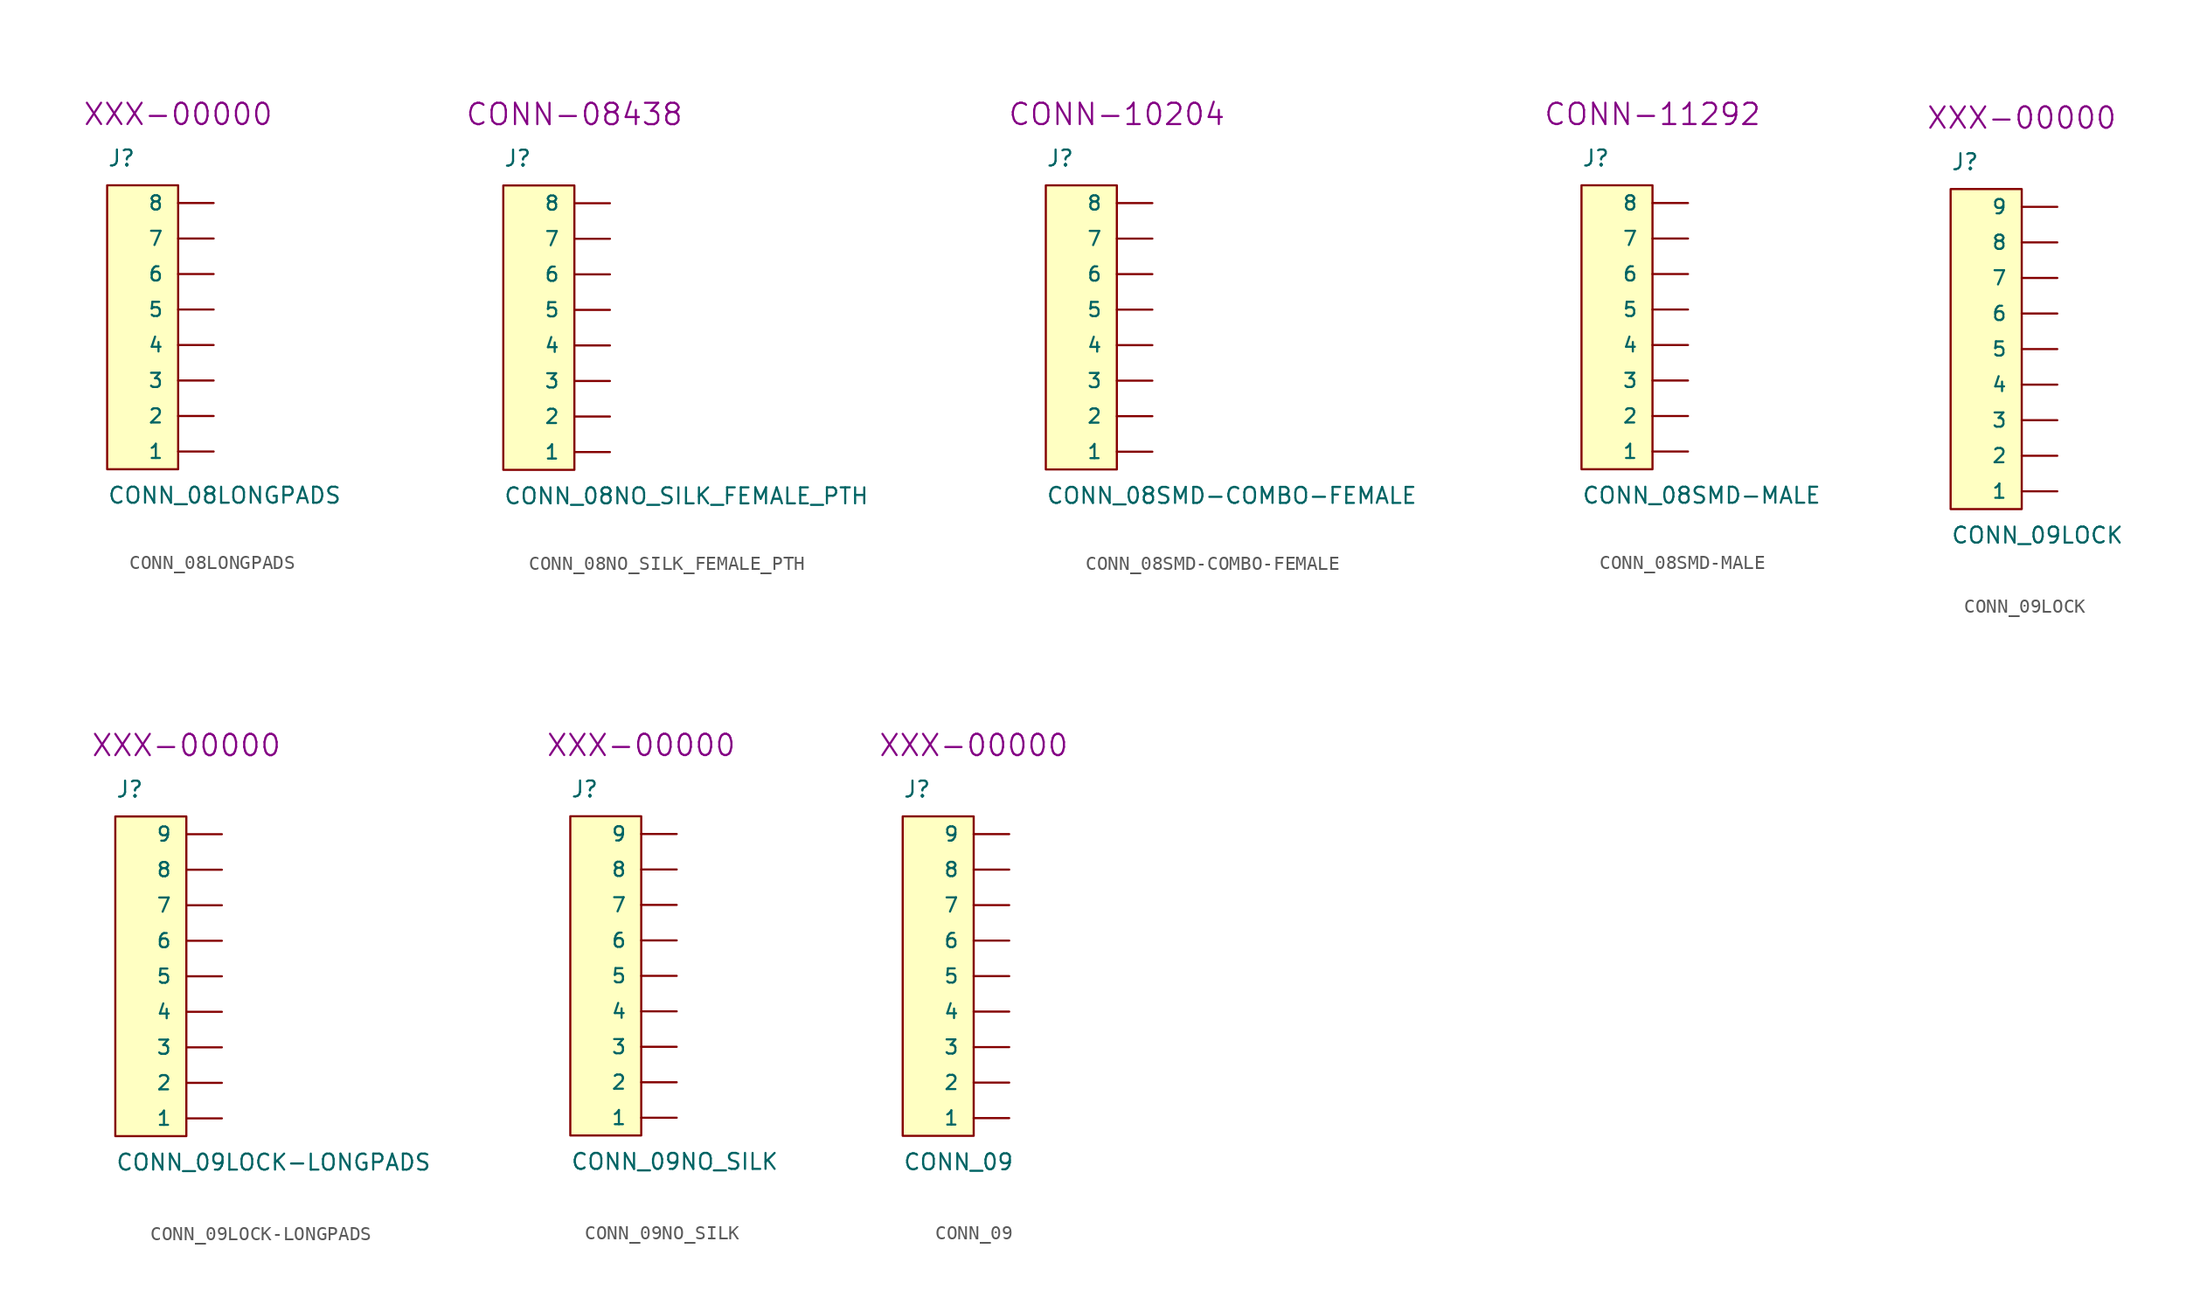
<source format=kicad_sym>
(kicad_symbol_lib
  (version 20220914)
  (generator kicad_symbol_editor)
  (symbol "CONN_08LONGPADS"
    (pin_numbers hide)
    (pin_names
      (offset 1.016))
    (property "Reference" "J"
      (at -5.08 20.32 0)
      (effects (font (size 1.143 1.143)) (justify left bottom)))
    (property "Value" "CONN_08LONGPADS"
      (at -5.08 -3.81 0)
      (effects (font (size 1.143 1.143)) (justify left bottom)))
    (property "Field4" "XXX-00000"
      (at 0 24.13 0)
      (effects (font (size 1.524 1.524))))
    (property "ki_locked" ""
      (at 0 0 0)
      (effects (font (size 1.27 1.27))))
    (symbol "CONN_08LONGPADS_0_1"
      (rectangle (start 0 -1.27) (end -5.08 19.05) (stroke (width 0) (type solid)) (fill (type background))))
    (symbol "CONN_08LONGPADS_1_1"
      (pin passive line (at 2.54 0 180) (length 2.54) (name "1" (effects (font (size 1.016 1.016)))) (number "1" (effects (font (size 1.016 1.016)))))
      (pin passive line (at 2.54 2.54 180) (length 2.54) (name "2" (effects (font (size 1.016 1.016)))) (number "2" (effects (font (size 1.016 1.016)))))
      (pin passive line (at 2.54 5.08 180) (length 2.54) (name "3" (effects (font (size 1.016 1.016)))) (number "3" (effects (font (size 1.016 1.016)))))
      (pin passive line (at 2.54 7.62 180) (length 2.54) (name "4" (effects (font (size 1.016 1.016)))) (number "4" (effects (font (size 1.016 1.016)))))
      (pin passive line (at 2.54 10.16 180) (length 2.54) (name "5" (effects (font (size 1.016 1.016)))) (number "5" (effects (font (size 1.016 1.016)))))
      (pin passive line (at 2.54 12.7 180) (length 2.54) (name "6" (effects (font (size 1.016 1.016)))) (number "6" (effects (font (size 1.016 1.016)))))
      (pin passive line (at 2.54 15.24 180) (length 2.54) (name "7" (effects (font (size 1.016 1.016)))) (number "7" (effects (font (size 1.016 1.016)))))
      (pin passive line (at 2.54 17.78 180) (length 2.54) (name "8" (effects (font (size 1.016 1.016)))) (number "8" (effects (font (size 1.016 1.016)))))))
  (symbol "CONN_08NO_SILK_FEMALE_PTH"
    (pin_numbers hide)
    (pin_names
      (offset 1.016))
    (property "Reference" "J"
      (at -5.08 20.32 0)
      (effects (font (size 1.143 1.143)) (justify left bottom)))
    (property "Value" "CONN_08NO_SILK_FEMALE_PTH"
      (at -5.08 -3.81 0)
      (effects (font (size 1.143 1.143)) (justify left bottom)))
    (property "Field4" "CONN-08438"
      (at 0 24.13 0)
      (effects (font (size 1.524 1.524))))
    (property "ki_locked" ""
      (at 0 0 0)
      (effects (font (size 1.27 1.27))))
    (symbol "CONN_08NO_SILK_FEMALE_PTH_0_1"
      (rectangle (start 0 -1.27) (end -5.08 19.05) (stroke (width 0) (type solid)) (fill (type background))))
    (symbol "CONN_08NO_SILK_FEMALE_PTH_1_1"
      (pin passive line (at 2.54 0 180) (length 2.54) (name "1" (effects (font (size 1.016 1.016)))) (number "1" (effects (font (size 1.016 1.016)))))
      (pin passive line (at 2.54 2.54 180) (length 2.54) (name "2" (effects (font (size 1.016 1.016)))) (number "2" (effects (font (size 1.016 1.016)))))
      (pin passive line (at 2.54 5.08 180) (length 2.54) (name "3" (effects (font (size 1.016 1.016)))) (number "3" (effects (font (size 1.016 1.016)))))
      (pin passive line (at 2.54 7.62 180) (length 2.54) (name "4" (effects (font (size 1.016 1.016)))) (number "4" (effects (font (size 1.016 1.016)))))
      (pin passive line (at 2.54 10.16 180) (length 2.54) (name "5" (effects (font (size 1.016 1.016)))) (number "5" (effects (font (size 1.016 1.016)))))
      (pin passive line (at 2.54 12.7 180) (length 2.54) (name "6" (effects (font (size 1.016 1.016)))) (number "6" (effects (font (size 1.016 1.016)))))
      (pin passive line (at 2.54 15.24 180) (length 2.54) (name "7" (effects (font (size 1.016 1.016)))) (number "7" (effects (font (size 1.016 1.016)))))
      (pin passive line (at 2.54 17.78 180) (length 2.54) (name "8" (effects (font (size 1.016 1.016)))) (number "8" (effects (font (size 1.016 1.016)))))))
  (symbol "CONN_08SMD-COMBO-FEMALE"
    (pin_numbers hide)
    (pin_names
      (offset 1.016))
    (property "Reference" "J"
      (at -5.08 20.32 0)
      (effects (font (size 1.143 1.143)) (justify left bottom)))
    (property "Value" "CONN_08SMD-COMBO-FEMALE"
      (at -5.08 -3.81 0)
      (effects (font (size 1.143 1.143)) (justify left bottom)))
    (property "Field4" "CONN-10204"
      (at 0 24.13 0)
      (effects (font (size 1.524 1.524))))
    (property "ki_locked" ""
      (at 0 0 0)
      (effects (font (size 1.27 1.27))))
    (symbol "CONN_08SMD-COMBO-FEMALE_0_1"
      (rectangle (start 0 -1.27) (end -5.08 19.05) (stroke (width 0) (type solid)) (fill (type background))))
    (symbol "CONN_08SMD-COMBO-FEMALE_1_1"
      (pin passive line (at 2.54 0 180) (length 2.54) (name "1" (effects (font (size 1.016 1.016)))) (number "1" (effects (font (size 1.016 1.016)))))
      (pin passive line (at 2.54 2.54 180) (length 2.54) (name "2" (effects (font (size 1.016 1.016)))) (number "2" (effects (font (size 1.016 1.016)))))
      (pin passive line (at 2.54 5.08 180) (length 2.54) (name "3" (effects (font (size 1.016 1.016)))) (number "3" (effects (font (size 1.016 1.016)))))
      (pin passive line (at 2.54 7.62 180) (length 2.54) (name "4" (effects (font (size 1.016 1.016)))) (number "4" (effects (font (size 1.016 1.016)))))
      (pin passive line (at 2.54 10.16 180) (length 2.54) (name "5" (effects (font (size 1.016 1.016)))) (number "5" (effects (font (size 1.016 1.016)))))
      (pin passive line (at 2.54 12.7 180) (length 2.54) (name "6" (effects (font (size 1.016 1.016)))) (number "6" (effects (font (size 1.016 1.016)))))
      (pin passive line (at 2.54 15.24 180) (length 2.54) (name "7" (effects (font (size 1.016 1.016)))) (number "7" (effects (font (size 1.016 1.016)))))
      (pin passive line (at 2.54 17.78 180) (length 2.54) (name "8" (effects (font (size 1.016 1.016)))) (number "8" (effects (font (size 1.016 1.016)))))))
  (symbol "CONN_08SMD-MALE"
    (pin_numbers hide)
    (pin_names
      (offset 1.016))
    (property "Reference" "J"
      (at -5.08 20.32 0)
      (effects (font (size 1.143 1.143)) (justify left bottom)))
    (property "Value" "CONN_08SMD-MALE"
      (at -5.08 -3.81 0)
      (effects (font (size 1.143 1.143)) (justify left bottom)))
    (property "Field4" "CONN-11292"
      (at 0 24.13 0)
      (effects (font (size 1.524 1.524))))
    (property "ki_locked" ""
      (at 0 0 0)
      (effects (font (size 1.27 1.27))))
    (symbol "CONN_08SMD-MALE_0_1"
      (rectangle (start 0 -1.27) (end -5.08 19.05) (stroke (width 0) (type solid)) (fill (type background))))
    (symbol "CONN_08SMD-MALE_1_1"
      (pin passive line (at 2.54 0 180) (length 2.54) (name "1" (effects (font (size 1.016 1.016)))) (number "1" (effects (font (size 1.016 1.016)))))
      (pin passive line (at 2.54 2.54 180) (length 2.54) (name "2" (effects (font (size 1.016 1.016)))) (number "2" (effects (font (size 1.016 1.016)))))
      (pin passive line (at 2.54 5.08 180) (length 2.54) (name "3" (effects (font (size 1.016 1.016)))) (number "3" (effects (font (size 1.016 1.016)))))
      (pin passive line (at 2.54 7.62 180) (length 2.54) (name "4" (effects (font (size 1.016 1.016)))) (number "4" (effects (font (size 1.016 1.016)))))
      (pin passive line (at 2.54 10.16 180) (length 2.54) (name "5" (effects (font (size 1.016 1.016)))) (number "5" (effects (font (size 1.016 1.016)))))
      (pin passive line (at 2.54 12.7 180) (length 2.54) (name "6" (effects (font (size 1.016 1.016)))) (number "6" (effects (font (size 1.016 1.016)))))
      (pin passive line (at 2.54 15.24 180) (length 2.54) (name "7" (effects (font (size 1.016 1.016)))) (number "7" (effects (font (size 1.016 1.016)))))
      (pin passive line (at 2.54 17.78 180) (length 2.54) (name "8" (effects (font (size 1.016 1.016)))) (number "8" (effects (font (size 1.016 1.016)))))))
  (symbol "CONN_09LOCK"
    (pin_numbers hide)
    (pin_names
      (offset 1.016))
    (property "Reference" "J"
      (at -5.08 22.86 0)
      (effects (font (size 1.143 1.143)) (justify left bottom)))
    (property "Value" "CONN_09LOCK"
      (at -5.08 -3.81 0)
      (effects (font (size 1.143 1.143)) (justify left bottom)))
    (property "Field4" "XXX-00000"
      (at 0 26.67 0)
      (effects (font (size 1.524 1.524))))
    (property "ki_locked" ""
      (at 0 0 0)
      (effects (font (size 1.27 1.27))))
    (symbol "CONN_09LOCK_0_1"
      (rectangle (start 0 -1.27) (end -5.08 21.59) (stroke (width 0) (type solid)) (fill (type background))))
    (symbol "CONN_09LOCK_1_1"
      (pin passive line (at 2.54 0 180) (length 2.54) (name "1" (effects (font (size 1.016 1.016)))) (number "1" (effects (font (size 1.016 1.016)))))
      (pin passive line (at 2.54 2.54 180) (length 2.54) (name "2" (effects (font (size 1.016 1.016)))) (number "2" (effects (font (size 1.016 1.016)))))
      (pin passive line (at 2.54 5.08 180) (length 2.54) (name "3" (effects (font (size 1.016 1.016)))) (number "3" (effects (font (size 1.016 1.016)))))
      (pin passive line (at 2.54 7.62 180) (length 2.54) (name "4" (effects (font (size 1.016 1.016)))) (number "4" (effects (font (size 1.016 1.016)))))
      (pin passive line (at 2.54 10.16 180) (length 2.54) (name "5" (effects (font (size 1.016 1.016)))) (number "5" (effects (font (size 1.016 1.016)))))
      (pin passive line (at 2.54 12.7 180) (length 2.54) (name "6" (effects (font (size 1.016 1.016)))) (number "6" (effects (font (size 1.016 1.016)))))
      (pin passive line (at 2.54 15.24 180) (length 2.54) (name "7" (effects (font (size 1.016 1.016)))) (number "7" (effects (font (size 1.016 1.016)))))
      (pin passive line (at 2.54 17.78 180) (length 2.54) (name "8" (effects (font (size 1.016 1.016)))) (number "8" (effects (font (size 1.016 1.016)))))
      (pin passive line (at 2.54 20.32 180) (length 2.54) (name "9" (effects (font (size 1.016 1.016)))) (number "9" (effects (font (size 1.016 1.016)))))))
  (symbol "CONN_09LOCK-LONGPADS"
    (pin_numbers hide)
    (pin_names
      (offset 1.016))
    (property "Reference" "J"
      (at -5.08 22.86 0)
      (effects (font (size 1.143 1.143)) (justify left bottom)))
    (property "Value" "CONN_09LOCK-LONGPADS"
      (at -5.08 -3.81 0)
      (effects (font (size 1.143 1.143)) (justify left bottom)))
    (property "Field4" "XXX-00000"
      (at 0 26.67 0)
      (effects (font (size 1.524 1.524))))
    (property "ki_locked" ""
      (at 0 0 0)
      (effects (font (size 1.27 1.27))))
    (symbol "CONN_09LOCK-LONGPADS_0_1"
      (rectangle (start 0 -1.27) (end -5.08 21.59) (stroke (width 0) (type solid)) (fill (type background))))
    (symbol "CONN_09LOCK-LONGPADS_1_1"
      (pin passive line (at 2.54 0 180) (length 2.54) (name "1" (effects (font (size 1.016 1.016)))) (number "1" (effects (font (size 1.016 1.016)))))
      (pin passive line (at 2.54 2.54 180) (length 2.54) (name "2" (effects (font (size 1.016 1.016)))) (number "2" (effects (font (size 1.016 1.016)))))
      (pin passive line (at 2.54 5.08 180) (length 2.54) (name "3" (effects (font (size 1.016 1.016)))) (number "3" (effects (font (size 1.016 1.016)))))
      (pin passive line (at 2.54 7.62 180) (length 2.54) (name "4" (effects (font (size 1.016 1.016)))) (number "4" (effects (font (size 1.016 1.016)))))
      (pin passive line (at 2.54 10.16 180) (length 2.54) (name "5" (effects (font (size 1.016 1.016)))) (number "5" (effects (font (size 1.016 1.016)))))
      (pin passive line (at 2.54 12.7 180) (length 2.54) (name "6" (effects (font (size 1.016 1.016)))) (number "6" (effects (font (size 1.016 1.016)))))
      (pin passive line (at 2.54 15.24 180) (length 2.54) (name "7" (effects (font (size 1.016 1.016)))) (number "7" (effects (font (size 1.016 1.016)))))
      (pin passive line (at 2.54 17.78 180) (length 2.54) (name "8" (effects (font (size 1.016 1.016)))) (number "8" (effects (font (size 1.016 1.016)))))
      (pin passive line (at 2.54 20.32 180) (length 2.54) (name "9" (effects (font (size 1.016 1.016)))) (number "9" (effects (font (size 1.016 1.016)))))))
  (symbol "CONN_09NO_SILK"
    (pin_numbers hide)
    (pin_names
      (offset 1.016))
    (property "Reference" "J"
      (at -5.08 22.86 0)
      (effects (font (size 1.143 1.143)) (justify left bottom)))
    (property "Value" "CONN_09NO_SILK"
      (at -5.08 -3.81 0)
      (effects (font (size 1.143 1.143)) (justify left bottom)))
    (property "Field4" "XXX-00000"
      (at 0 26.67 0)
      (effects (font (size 1.524 1.524))))
    (property "ki_locked" ""
      (at 0 0 0)
      (effects (font (size 1.27 1.27))))
    (symbol "CONN_09NO_SILK_0_1"
      (rectangle (start 0 -1.27) (end -5.08 21.59) (stroke (width 0) (type solid)) (fill (type background))))
    (symbol "CONN_09NO_SILK_1_1"
      (pin passive line (at 2.54 0 180) (length 2.54) (name "1" (effects (font (size 1.016 1.016)))) (number "1" (effects (font (size 1.016 1.016)))))
      (pin passive line (at 2.54 2.54 180) (length 2.54) (name "2" (effects (font (size 1.016 1.016)))) (number "2" (effects (font (size 1.016 1.016)))))
      (pin passive line (at 2.54 5.08 180) (length 2.54) (name "3" (effects (font (size 1.016 1.016)))) (number "3" (effects (font (size 1.016 1.016)))))
      (pin passive line (at 2.54 7.62 180) (length 2.54) (name "4" (effects (font (size 1.016 1.016)))) (number "4" (effects (font (size 1.016 1.016)))))
      (pin passive line (at 2.54 10.16 180) (length 2.54) (name "5" (effects (font (size 1.016 1.016)))) (number "5" (effects (font (size 1.016 1.016)))))
      (pin passive line (at 2.54 12.7 180) (length 2.54) (name "6" (effects (font (size 1.016 1.016)))) (number "6" (effects (font (size 1.016 1.016)))))
      (pin passive line (at 2.54 15.24 180) (length 2.54) (name "7" (effects (font (size 1.016 1.016)))) (number "7" (effects (font (size 1.016 1.016)))))
      (pin passive line (at 2.54 17.78 180) (length 2.54) (name "8" (effects (font (size 1.016 1.016)))) (number "8" (effects (font (size 1.016 1.016)))))
      (pin passive line (at 2.54 20.32 180) (length 2.54) (name "9" (effects (font (size 1.016 1.016)))) (number "9" (effects (font (size 1.016 1.016)))))))
  (symbol "CONN_09"
    (pin_numbers hide)
    (pin_names
      (offset 1.016))
    (property "Reference" "J"
      (at -5.08 22.86 0)
      (effects (font (size 1.143 1.143)) (justify left bottom)))
    (property "Value" "CONN_09"
      (at -5.08 -3.81 0)
      (effects (font (size 1.143 1.143)) (justify left bottom)))
    (property "Field4" "XXX-00000"
      (at 0 26.67 0)
      (effects (font (size 1.524 1.524))))
    (property "ki_locked" ""
      (at 0 0 0)
      (effects (font (size 1.27 1.27))))
    (symbol "CONN_09_0_1"
      (rectangle (start 0 -1.27) (end -5.08 21.59) (stroke (width 0) (type solid)) (fill (type background))))
    (symbol "CONN_09_1_1"
      (pin passive line (at 2.54 0 180) (length 2.54) (name "1" (effects (font (size 1.016 1.016)))) (number "1" (effects (font (size 1.016 1.016)))))
      (pin passive line (at 2.54 2.54 180) (length 2.54) (name "2" (effects (font (size 1.016 1.016)))) (number "2" (effects (font (size 1.016 1.016)))))
      (pin passive line (at 2.54 5.08 180) (length 2.54) (name "3" (effects (font (size 1.016 1.016)))) (number "3" (effects (font (size 1.016 1.016)))))
      (pin passive line (at 2.54 7.62 180) (length 2.54) (name "4" (effects (font (size 1.016 1.016)))) (number "4" (effects (font (size 1.016 1.016)))))
      (pin passive line (at 2.54 10.16 180) (length 2.54) (name "5" (effects (font (size 1.016 1.016)))) (number "5" (effects (font (size 1.016 1.016)))))
      (pin passive line (at 2.54 12.7 180) (length 2.54) (name "6" (effects (font (size 1.016 1.016)))) (number "6" (effects (font (size 1.016 1.016)))))
      (pin passive line (at 2.54 15.24 180) (length 2.54) (name "7" (effects (font (size 1.016 1.016)))) (number "7" (effects (font (size 1.016 1.016)))))
      (pin passive line (at 2.54 17.78 180) (length 2.54) (name "8" (effects (font (size 1.016 1.016)))) (number "8" (effects (font (size 1.016 1.016)))))
      (pin passive line (at 2.54 20.32 180) (length 2.54) (name "9" (effects (font (size 1.016 1.016)))) (number "9" (effects (font (size 1.016 1.016))))))))
</source>
